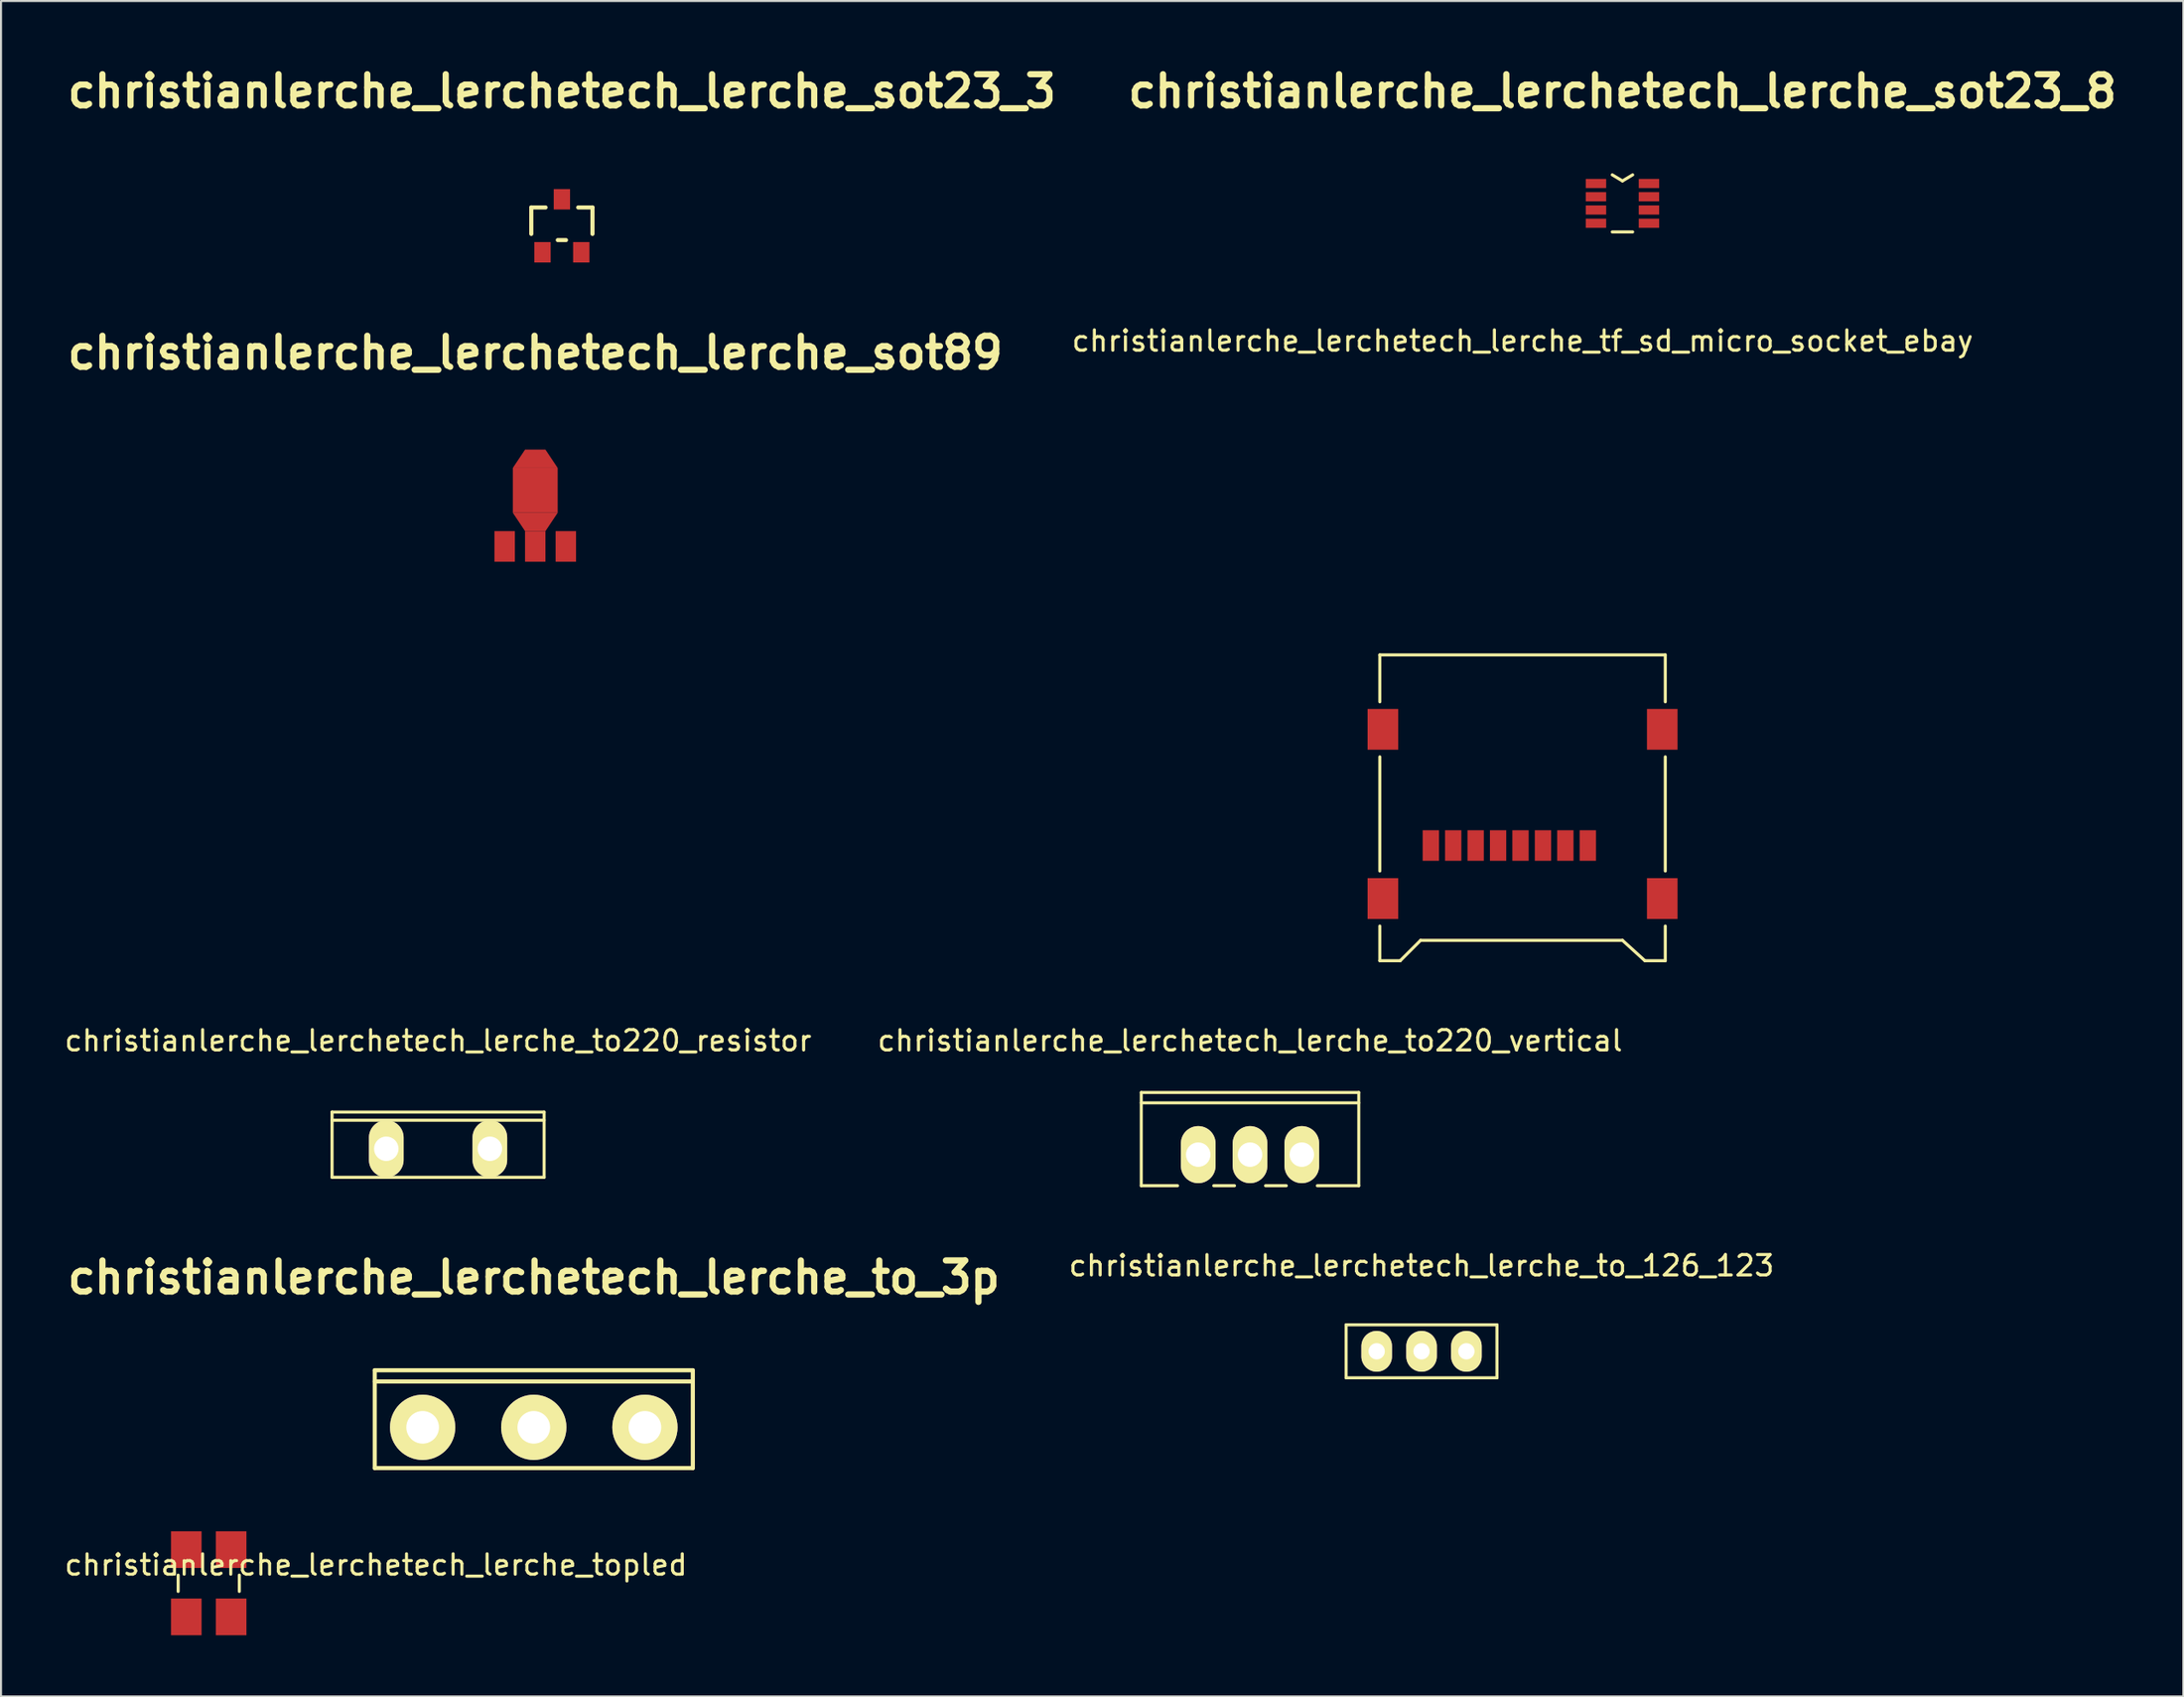
<source format=kicad_pcb>
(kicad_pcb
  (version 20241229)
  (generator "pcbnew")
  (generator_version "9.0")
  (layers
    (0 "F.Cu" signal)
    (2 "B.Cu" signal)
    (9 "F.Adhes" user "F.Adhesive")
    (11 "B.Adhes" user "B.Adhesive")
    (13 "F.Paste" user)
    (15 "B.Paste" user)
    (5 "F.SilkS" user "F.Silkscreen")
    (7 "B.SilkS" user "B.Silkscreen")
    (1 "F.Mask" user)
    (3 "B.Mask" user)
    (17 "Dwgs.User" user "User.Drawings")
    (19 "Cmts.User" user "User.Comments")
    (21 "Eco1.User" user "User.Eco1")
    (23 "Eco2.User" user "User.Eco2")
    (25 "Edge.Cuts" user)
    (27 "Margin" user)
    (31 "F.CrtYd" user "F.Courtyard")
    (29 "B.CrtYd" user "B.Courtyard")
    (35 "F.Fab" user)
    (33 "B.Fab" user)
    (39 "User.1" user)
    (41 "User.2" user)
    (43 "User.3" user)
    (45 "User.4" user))
  (footprint "christianlerche_lerchetech_lerche_topled"
    (layer "F.Cu")
    (at 7.187 74.611)
    (property "Reference" "christianlerche_lerchetech_lerche_topled" (at 8.2 -0.9 0) (layer "F.SilkS") (effects (font (size 1 1) (thickness 0.15))))
    (attr through_hole)
    (fp_line (start -1.5 -0.4) (end -1.5 0.4) (stroke (width 0.15) (type solid)) (layer "F.SilkS"))
    (fp_line (start 1.5 -0.4) (end 1.5 0.4) (stroke (width 0.15) (type solid)) (layer "F.SilkS"))
    (pad "1" smd rect (at 1.1 1.65) (size 1.5 1.8) (layers "F.Cu" "F.Mask" "F.Paste"))
    (pad "2" smd rect (at -1.1 1.65) (size 1.5 1.8) (layers "F.Cu" "F.Mask" "F.Paste"))
    (pad "3" smd rect (at -1.1 -1.65) (size 1.5 1.8) (layers "F.Cu" "F.Mask" "F.Paste"))
    (pad "4" smd rect (at 1.1 -1.65) (size 1.5 1.8) (layers "F.Cu" "F.Mask" "F.Paste")))
  (footprint "christianlerche_lerchetech_lerche_to_126_123"
    (layer "F.Cu")
    (at 66.668 63.233)
    (property "Reference" "christianlerche_lerchetech_lerche_to_126_123" (at 0 -4.2 0) (layer "F.SilkS") (effects (font (size 1 1) (thickness 0.15))))
    (attr through_hole)
    (fp_line (start -3.7 -1.3) (end 3.7 -1.3) (stroke (width 0.15) (type solid)) (layer "F.SilkS"))
    (fp_line (start -3.7 1.3) (end -3.7 -1.3) (stroke (width 0.15) (type solid)) (layer "F.SilkS"))
    (fp_line (start 3.7 -1.3) (end 3.7 1.3) (stroke (width 0.15) (type solid)) (layer "F.SilkS"))
    (fp_line (start 3.7 1.3) (end -3.7 1.3) (stroke (width 0.15) (type solid)) (layer "F.SilkS"))
    (pad "1" thru_hole oval (at 2.2 0) (size 1.5 2) (drill 0.8) (layers "*.Cu" "*.Mask" "F.SilkS"))
    (pad "2" thru_hole oval (at 0 0) (size 1.5 2) (drill 0.8) (layers "*.Cu" "*.Mask" "F.SilkS"))
    (pad "3" thru_hole oval (at -2.2 0) (size 1.5 2) (drill 0.8) (layers "*.Cu" "*.Mask" "F.SilkS")))
  (footprint "christianlerche_lerchetech_lerche_tf_sd_micro_socket_ebay"
    (layer "F.Cu")
    (at 71.622 29.074)
    (property "Reference" "christianlerche_lerchetech_lerche_tf_sd_micro_socket_ebay" (at 0 -15.4 0) (layer "F.SilkS") (effects (font (size 1 1) (thickness 0.15))))
    (attr through_hole)
    (fp_line (start -7 0) (end -7 2.3) (stroke (width 0.15) (type solid)) (layer "F.SilkS"))
    (fp_line (start -7 0) (end 7 0) (stroke (width 0.15) (type solid)) (layer "F.SilkS"))
    (fp_line (start -7 5) (end -7 10.6) (stroke (width 0.15) (type solid)) (layer "F.SilkS"))
    (fp_line (start -7 13.3) (end -7 15) (stroke (width 0.15) (type solid)) (layer "F.SilkS"))
    (fp_line (start -7 15) (end -6 15) (stroke (width 0.15) (type solid)) (layer "F.SilkS"))
    (fp_line (start -6 15) (end -5 14) (stroke (width 0.15) (type solid)) (layer "F.SilkS"))
    (fp_line (start -5 14) (end 4.9 14) (stroke (width 0.15) (type solid)) (layer "F.SilkS"))
    (fp_line (start 4.9 14) (end 6 15) (stroke (width 0.15) (type solid)) (layer "F.SilkS"))
    (fp_line (start 7 0) (end 7 2.3) (stroke (width 0.15) (type solid)) (layer "F.SilkS"))
    (fp_line (start 7 5) (end 7 10.6) (stroke (width 0.15) (type solid)) (layer "F.SilkS"))
    (fp_line (start 7 15) (end 6 15) (stroke (width 0.15) (type solid)) (layer "F.SilkS"))
    (fp_line (start 7 15) (end 7 13.3) (stroke (width 0.15) (type solid)) (layer "F.SilkS"))
    (pad "1" smd rect (at 3.2 9.35) (size 0.8 1.5) (layers "F.Cu" "F.Mask" "F.Paste"))
    (pad "2" smd rect (at 2.1 9.35) (size 0.8 1.5) (layers "F.Cu" "F.Mask" "F.Paste"))
    (pad "3" smd rect (at 1 9.35) (size 0.8 1.5) (layers "F.Cu" "F.Mask" "F.Paste"))
    (pad "4" smd rect (at -0.1 9.35) (size 0.8 1.5) (layers "F.Cu" "F.Mask" "F.Paste"))
    (pad "5" smd rect (at -1.2 9.35) (size 0.8 1.5) (layers "F.Cu" "F.Mask" "F.Paste"))
    (pad "6" smd rect (at -2.3 9.35) (size 0.8 1.5) (layers "F.Cu" "F.Mask" "F.Paste"))
    (pad "7" smd rect (at -3.4 9.35) (size 0.8 1.5) (layers "F.Cu" "F.Mask" "F.Paste"))
    (pad "8" smd rect (at -4.5 9.35) (size 0.8 1.5) (layers "F.Cu" "F.Mask" "F.Paste"))
    (pad "Shie" smd rect (at -6.85 3.65) (size 1.5 2) (layers "F.Cu" "F.Mask" "F.Paste"))
    (pad "Shie" smd rect (at -6.85 11.95) (size 1.5 2) (layers "F.Cu" "F.Mask" "F.Paste"))
    (pad "Shie" smd rect (at 6.85 3.65) (size 1.5 2) (layers "F.Cu" "F.Mask" "F.Paste"))
    (pad "Shie" smd rect (at 6.85 11.95) (size 1.5 2) (layers "F.Cu" "F.Mask" "F.Paste")))
  (footprint "christianlerche_lerchetech_lerche_to220_resistor"
    (layer "F.Cu")
    (at 18.435 53.298)
    (property "Reference" "christianlerche_lerchetech_lerche_to220_resistor" (at 0 -5.3 0) (layer "F.SilkS") (effects (font (size 1 1) (thickness 0.15))))
    (attr through_hole)
    (fp_line (start -5.2 -1.8) (end 5.2 -1.8) (stroke (width 0.15) (type solid)) (layer "F.SilkS"))
    (fp_line (start -5.2 1.4) (end -5.2 -1.8) (stroke (width 0.15) (type solid)) (layer "F.SilkS"))
    (fp_line (start 5.2 -1.8) (end 5.2 1.4) (stroke (width 0.15) (type solid)) (layer "F.SilkS"))
    (fp_line (start 5.2 -1.4) (end -5.2 -1.4) (stroke (width 0.15) (type solid)) (layer "F.SilkS"))
    (fp_line (start 5.2 1.4) (end -5.2 1.4) (stroke (width 0.15) (type solid)) (layer "F.SilkS"))
    (pad "1" thru_hole oval (at -2.54 0) (size 1.7 2.8) (drill 1.2) (layers "*.Cu" "*.Mask" "F.SilkS"))
    (pad "2" thru_hole oval (at 2.54 0) (size 1.7 2.8) (drill 1.2) (layers "*.Cu" "*.Mask" "F.SilkS")))
  (footprint "christianlerche_lerchetech_lerche_sot23_8"
    (layer "F.Cu")
    (at 76.522 6.926)
    (property "Reference" "christianlerche_lerchetech_lerche_sot23_8" (at 0 -5.5 0) (layer "F.SilkS") (effects (font (size 1.524 1.524) (thickness 0.305))))
    (attr through_hole)
    (fp_line (start -0.5 -1.4) (end 0 -1.1) (stroke (width 0.15) (type solid)) (layer "F.SilkS"))
    (fp_line (start -0.5 1.4) (end 0.5 1.4) (stroke (width 0.15) (type solid)) (layer "F.SilkS"))
    (fp_line (start 0 -1.1) (end 0.5 -1.4) (stroke (width 0.15) (type solid)) (layer "F.SilkS"))
    (pad "1" smd rect (at -1.3 -0.975) (size 1 0.45) (layers "F.Cu" "F.Mask" "F.Paste"))
    (pad "2" smd rect (at -1.3 -0.325) (size 1 0.45) (layers "F.Cu" "F.Mask" "F.Paste"))
    (pad "3" smd rect (at -1.3 0.325) (size 1 0.45) (layers "F.Cu" "F.Mask" "F.Paste"))
    (pad "4" smd rect (at -1.3 0.975) (size 1 0.45) (layers "F.Cu" "F.Mask" "F.Paste"))
    (pad "5" smd rect (at 1.3 0.975) (size 1 0.45) (layers "F.Cu" "F.Mask" "F.Paste"))
    (pad "6" smd rect (at 1.3 0.325) (size 1 0.45) (layers "F.Cu" "F.Mask" "F.Paste"))
    (pad "7" smd rect (at 1.3 -0.325) (size 1 0.45) (layers "F.Cu" "F.Mask" "F.Paste"))
    (pad "8" smd rect (at 1.3 -0.975) (size 1 0.45) (layers "F.Cu" "F.Mask" "F.Paste")))
  (footprint "christianlerche_lerchetech_lerche_to_3p"
    (layer "F.Cu")
    (at 23.129 66.962)
    (property "Reference" "christianlerche_lerchetech_lerche_to_3p" (at 0 -7.351 0) (layer "F.SilkS") (effects (font (size 1.524 1.524) (thickness 0.305))))
    (attr through_hole)
    (fp_line (start -7.8 -2.799) (end -7.8 1.999) (stroke (width 0.201) (type solid)) (layer "F.SilkS"))
    (fp_line (start -7.8 -2.25) (end 7.8 -2.25) (stroke (width 0.201) (type solid)) (layer "F.SilkS"))
    (fp_line (start -7.8 1.999) (end 7.8 1.999) (stroke (width 0.201) (type solid)) (layer "F.SilkS"))
    (fp_line (start 7.8 -2.799) (end -7.8 -2.799) (stroke (width 0.201) (type solid)) (layer "F.SilkS"))
    (fp_line (start 7.8 1.999) (end 7.8 -2.799) (stroke (width 0.201) (type solid)) (layer "F.SilkS"))
    (pad "1" thru_hole circle (at -5.451 0) (size 3.2 3.2) (drill 1.6) (layers "*.Cu" "*.Mask" "F.SilkS"))
    (pad "2" thru_hole circle (at 0 0) (size 3.2 3.2) (drill 1.6) (layers "*.Cu" "*.Mask" "F.SilkS"))
    (pad "3" thru_hole circle (at 5.451 0) (size 3.2 3.2) (drill 1.6) (layers "*.Cu" "*.Mask" "F.SilkS")))
  (footprint "christianlerche_lerchetech_lerche_sot23_3"
    (layer "F.Cu")
    (at 24.507 8.025)
    (property "Reference" "christianlerche_lerchetech_lerche_sot23_3" (at 0 -6.599 0) (layer "F.SilkS") (effects (font (size 1.524 1.524) (thickness 0.305))))
    (attr through_hole)
    (fp_line (start -1.501 -0.899) (end -1.501 0.399) (stroke (width 0.201) (type solid)) (layer "F.SilkS"))
    (fp_line (start -0.8 -0.899) (end -1.501 -0.899) (stroke (width 0.201) (type solid)) (layer "F.SilkS"))
    (fp_line (start -0.201 0.701) (end 0.201 0.701) (stroke (width 0.201) (type solid)) (layer "F.SilkS"))
    (fp_line (start 0.8 -0.899) (end 1.501 -0.899) (stroke (width 0.201) (type solid)) (layer "F.SilkS"))
    (fp_line (start 1.501 -0.899) (end 1.501 0.399) (stroke (width 0.201) (type solid)) (layer "F.SilkS"))
    (pad "1" smd rect (at -0.95 1.3) (size 0.8 1.001) (layers "F.Cu" "F.Mask" "F.Paste"))
    (pad "2" smd rect (at 0.95 1.3) (size 0.8 1.001) (layers "F.Cu" "F.Mask" "F.Paste"))
    (pad "3" smd rect (at 0 -1.3) (size 0.8 1.001) (layers "F.Cu" "F.Mask" "F.Paste")))
  (footprint "christianlerche_lerchetech_lerche_sot89"
    (layer "F.Cu")
    (at 23.201 23.753)
    (property "Reference" "christianlerche_lerchetech_lerche_sot89" (at 0 -9.5 0) (layer "F.SilkS") (effects (font (size 1.524 1.524) (thickness 0.305))))
    (attr through_hole)
    (pad "1" smd rect (at -1.5 0) (size 1 1.5) (layers "F.Cu" "F.Mask" "F.Paste"))
    (pad "2" smd rect (at 0 0) (size 1 1.5) (layers "F.Cu" "F.Mask" "F.Paste"))
    (pad "3" smd rect (at 1.5 0) (size 1 1.5) (layers "F.Cu" "F.Mask" "F.Paste"))
    (pad "4" smd trapezoid (at 0 -4.3) (size 1.6 0.9) (rect_delta 0 0.6) (layers "F.Cu" "F.Mask" "F.Paste"))
    (pad "4" smd rect (at 0 -2.75) (size 2.2 2.2) (layers "F.Cu" "F.Mask" "F.Paste"))
    (pad "4" smd trapezoid (at 0 -1.2) (size 1.6 0.9) (rect_delta 0 -0.6) (layers "F.Cu" "F.Mask" "F.Paste")))
  (footprint "christianlerche_lerchetech_lerche_to220_vertical"
    (layer "F.Cu")
    (at 58.256 53.586)
    (property "Reference" "christianlerche_lerchetech_lerche_to220_vertical" (at 0 -5.588 0) (layer "F.SilkS") (effects (font (size 1 1) (thickness 0.15))))
    (attr through_hole)
    (fp_line (start -5.334 -3.048) (end 5.334 -3.048) (stroke (width 0.15) (type solid)) (layer "F.SilkS"))
    (fp_line (start -5.334 -2.54) (end 5.334 -2.54) (stroke (width 0.15) (type solid)) (layer "F.SilkS"))
    (fp_line (start -5.334 1.524) (end -5.334 -3.048) (stroke (width 0.15) (type solid)) (layer "F.SilkS"))
    (fp_line (start -3.556 1.524) (end -5.334 1.524) (stroke (width 0.15) (type solid)) (layer "F.SilkS"))
    (fp_line (start -0.762 1.524) (end -1.778 1.524) (stroke (width 0.15) (type solid)) (layer "F.SilkS"))
    (fp_line (start 1.778 1.524) (end 0.762 1.524) (stroke (width 0.15) (type solid)) (layer "F.SilkS"))
    (fp_line (start 5.334 -3.048) (end 5.334 1.524) (stroke (width 0.15) (type solid)) (layer "F.SilkS"))
    (fp_line (start 5.334 1.524) (end 3.302 1.524) (stroke (width 0.15) (type solid)) (layer "F.SilkS"))
    (pad "1" thru_hole oval (at -2.54 0) (size 1.7 2.8) (drill 1.2) (layers "*.Cu" "*.Mask" "F.SilkS"))
    (pad "2" thru_hole oval (at 0 0) (size 1.7 2.8) (drill 1.2) (layers "*.Cu" "*.Mask" "F.SilkS"))
    (pad "3" thru_hole oval (at 2.54 0) (size 1.7 2.8) (drill 1.2) (layers "*.Cu" "*.Mask" "F.SilkS")))
  (gr_rect
    (start -3 -3)
    (end 104.029 80.161)
    (stroke (width 0.1) (type default))
    (fill no)
    (layer "Edge.Cuts")))
</source>
